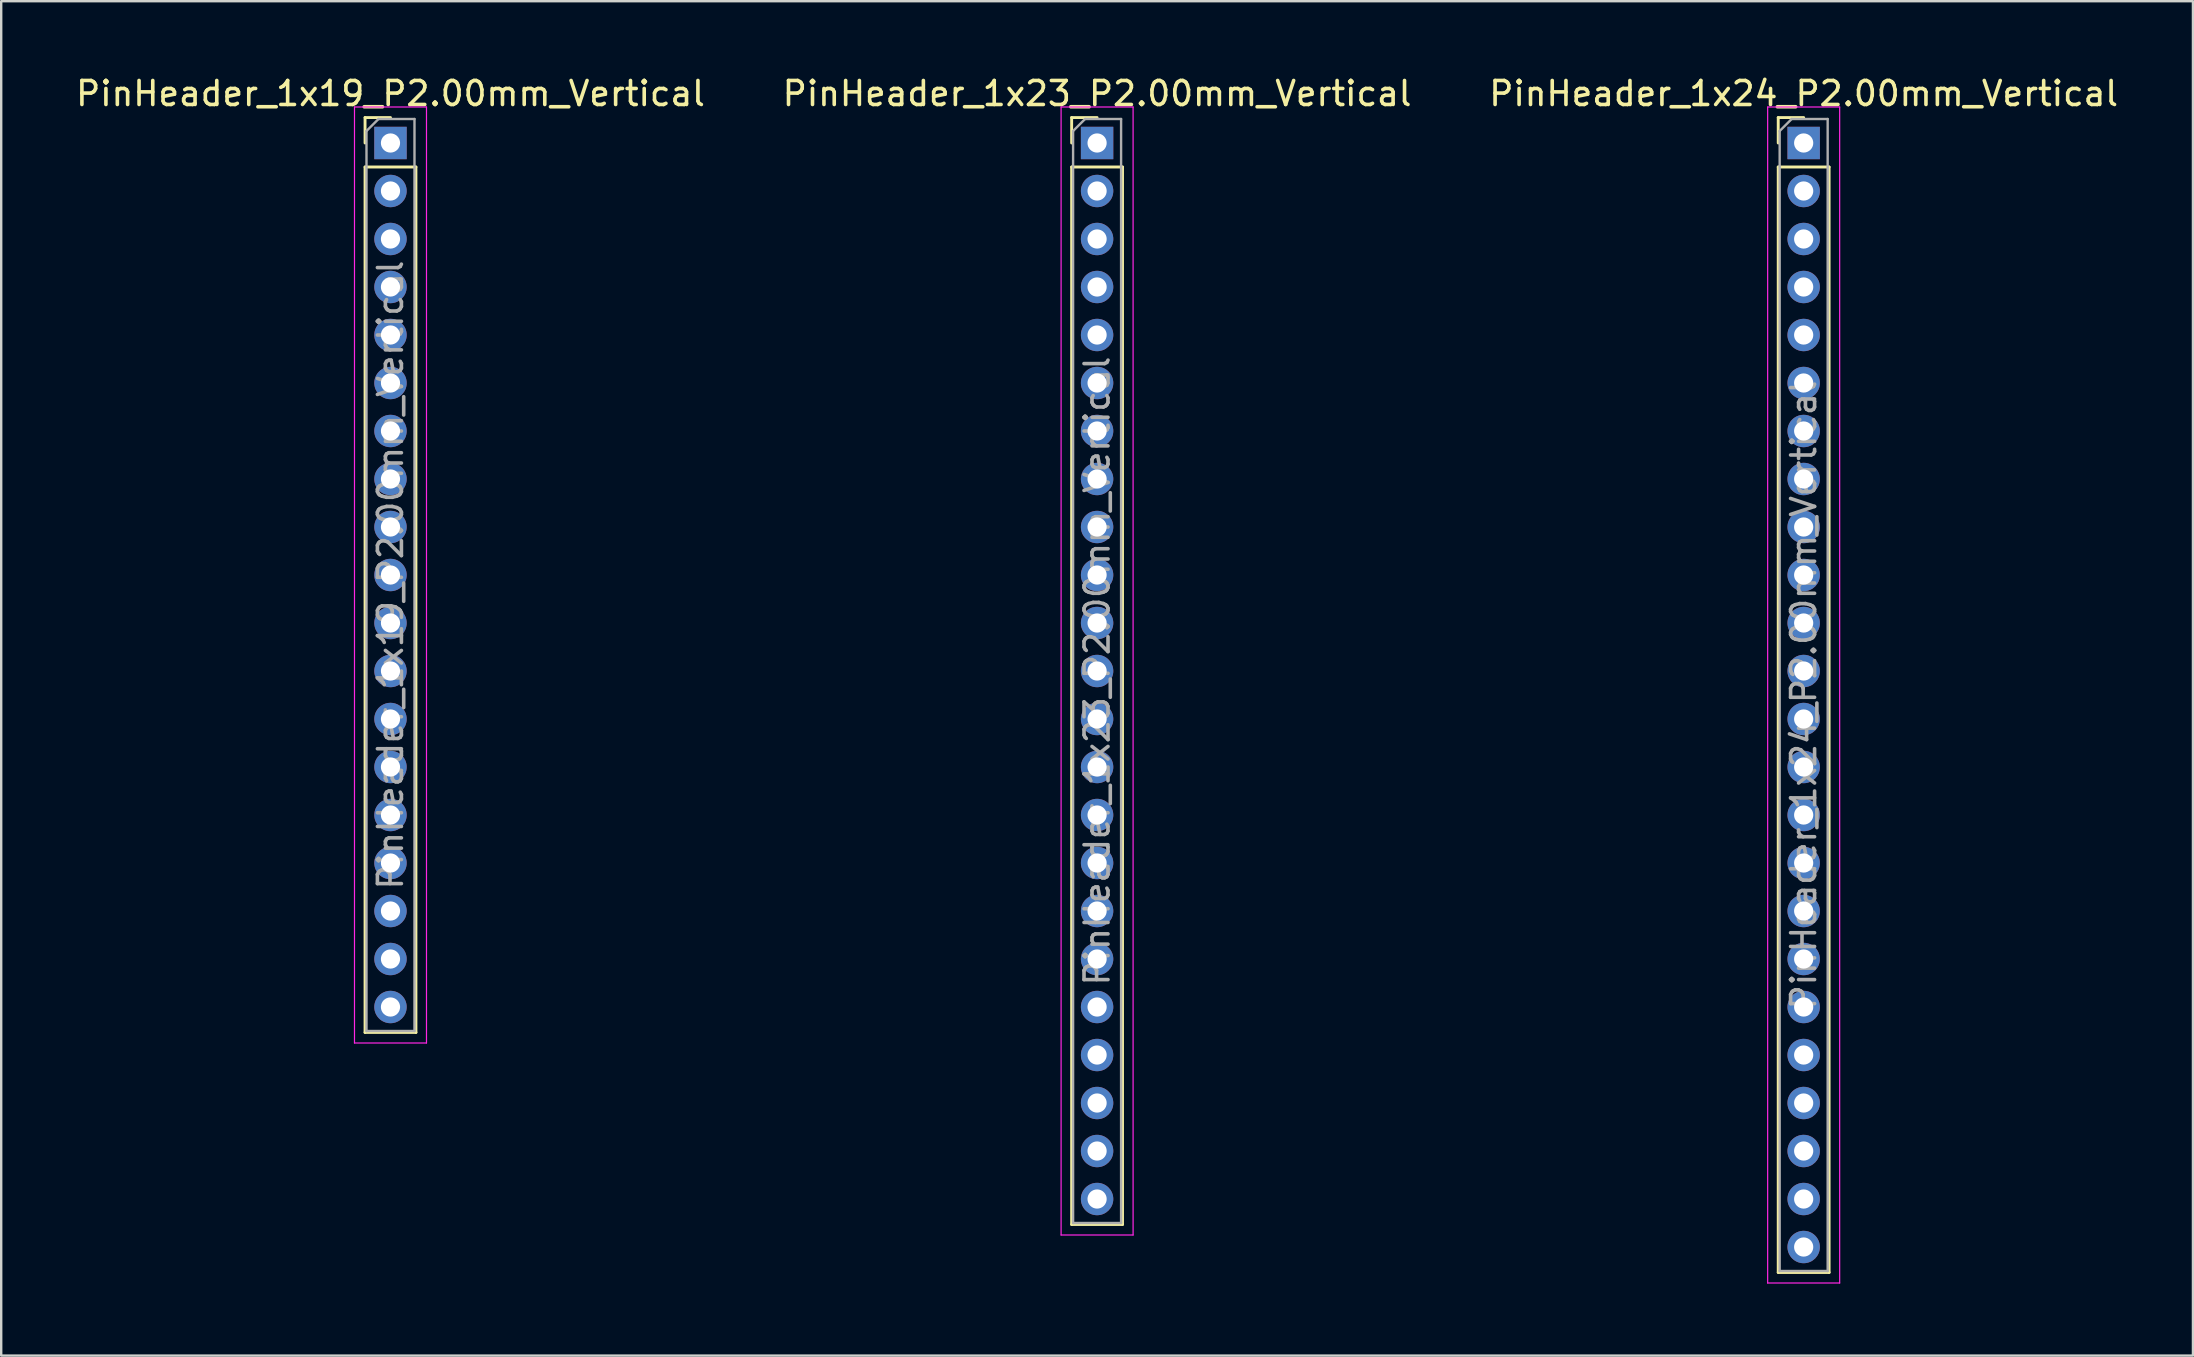
<source format=kicad_pcb>
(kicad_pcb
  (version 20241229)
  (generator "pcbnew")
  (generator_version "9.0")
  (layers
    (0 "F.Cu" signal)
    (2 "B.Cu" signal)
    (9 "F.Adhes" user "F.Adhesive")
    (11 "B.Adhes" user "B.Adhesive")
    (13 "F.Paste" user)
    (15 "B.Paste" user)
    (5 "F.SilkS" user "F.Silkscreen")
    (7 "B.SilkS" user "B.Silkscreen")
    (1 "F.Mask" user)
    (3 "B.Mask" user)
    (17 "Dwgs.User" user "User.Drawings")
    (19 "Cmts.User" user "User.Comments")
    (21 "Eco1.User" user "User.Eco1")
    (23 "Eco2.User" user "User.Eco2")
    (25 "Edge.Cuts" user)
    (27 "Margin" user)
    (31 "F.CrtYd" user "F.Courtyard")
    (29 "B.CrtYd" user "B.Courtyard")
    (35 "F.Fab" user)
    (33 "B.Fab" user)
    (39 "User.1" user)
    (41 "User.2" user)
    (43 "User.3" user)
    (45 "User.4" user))
  (footprint "PinHeader_1x19_P2.00mm_Vertical"
    (layer "F.Cu")
    (at 13.22 2.908)
    (property "Reference" "PinHeader_1x19_P2.00mm_Vertical" (at 0 -2.06 0) (layer "F.SilkS") (effects (font (size 1 1) (thickness 0.15))))
    (attr through_hole)
    (fp_line (start -1.06 -1.06) (end 0 -1.06) (stroke (width 0.12) (type solid)) (layer "F.SilkS"))
    (fp_line (start -1.06 0) (end -1.06 -1.06) (stroke (width 0.12) (type solid)) (layer "F.SilkS"))
    (fp_line (start -1.06 1) (end -1.06 37.06) (stroke (width 0.12) (type solid)) (layer "F.SilkS"))
    (fp_line (start -1.06 1) (end 1.06 1) (stroke (width 0.12) (type solid)) (layer "F.SilkS"))
    (fp_line (start -1.06 37.06) (end 1.06 37.06) (stroke (width 0.12) (type solid)) (layer "F.SilkS"))
    (fp_line (start 1.06 1) (end 1.06 37.06) (stroke (width 0.12) (type solid)) (layer "F.SilkS"))
    (fp_line (start -1.5 -1.5) (end -1.5 37.5) (stroke (width 0.05) (type solid)) (layer "F.CrtYd"))
    (fp_line (start -1.5 37.5) (end 1.5 37.5) (stroke (width 0.05) (type solid)) (layer "F.CrtYd"))
    (fp_line (start 1.5 -1.5) (end -1.5 -1.5) (stroke (width 0.05) (type solid)) (layer "F.CrtYd"))
    (fp_line (start 1.5 37.5) (end 1.5 -1.5) (stroke (width 0.05) (type solid)) (layer "F.CrtYd"))
    (fp_line (start -1 -0.5) (end -0.5 -1) (stroke (width 0.1) (type solid)) (layer "F.Fab"))
    (fp_line (start -1 37) (end -1 -0.5) (stroke (width 0.1) (type solid)) (layer "F.Fab"))
    (fp_line (start -0.5 -1) (end 1 -1) (stroke (width 0.1) (type solid)) (layer "F.Fab"))
    (fp_line (start 1 -1) (end 1 37) (stroke (width 0.1) (type solid)) (layer "F.Fab"))
    (fp_line (start 1 37) (end -1 37) (stroke (width 0.1) (type solid)) (layer "F.Fab"))
    (fp_text user "${REFERENCE}" (at 0 18 90) (layer "F.Fab") (effects (font (size 1 1) (thickness 0.15))))
    (pad "1" thru_hole rect (at 0 0) (size 1.35 1.35) (drill 0.8) (layers "*.Cu" "*.Mask"))
    (pad "2" thru_hole oval (at 0 2) (size 1.35 1.35) (drill 0.8) (layers "*.Cu" "*.Mask"))
    (pad "3" thru_hole oval (at 0 4) (size 1.35 1.35) (drill 0.8) (layers "*.Cu" "*.Mask"))
    (pad "4" thru_hole oval (at 0 6) (size 1.35 1.35) (drill 0.8) (layers "*.Cu" "*.Mask"))
    (pad "5" thru_hole oval (at 0 8) (size 1.35 1.35) (drill 0.8) (layers "*.Cu" "*.Mask"))
    (pad "6" thru_hole oval (at 0 10) (size 1.35 1.35) (drill 0.8) (layers "*.Cu" "*.Mask"))
    (pad "7" thru_hole oval (at 0 12) (size 1.35 1.35) (drill 0.8) (layers "*.Cu" "*.Mask"))
    (pad "8" thru_hole oval (at 0 14) (size 1.35 1.35) (drill 0.8) (layers "*.Cu" "*.Mask"))
    (pad "9" thru_hole oval (at 0 16) (size 1.35 1.35) (drill 0.8) (layers "*.Cu" "*.Mask"))
    (pad "10" thru_hole oval (at 0 18) (size 1.35 1.35) (drill 0.8) (layers "*.Cu" "*.Mask"))
    (pad "11" thru_hole oval (at 0 20) (size 1.35 1.35) (drill 0.8) (layers "*.Cu" "*.Mask"))
    (pad "12" thru_hole oval (at 0 22) (size 1.35 1.35) (drill 0.8) (layers "*.Cu" "*.Mask"))
    (pad "13" thru_hole oval (at 0 24) (size 1.35 1.35) (drill 0.8) (layers "*.Cu" "*.Mask"))
    (pad "14" thru_hole oval (at 0 26) (size 1.35 1.35) (drill 0.8) (layers "*.Cu" "*.Mask"))
    (pad "15" thru_hole oval (at 0 28) (size 1.35 1.35) (drill 0.8) (layers "*.Cu" "*.Mask"))
    (pad "16" thru_hole oval (at 0 30) (size 1.35 1.35) (drill 0.8) (layers "*.Cu" "*.Mask"))
    (pad "17" thru_hole oval (at 0 32) (size 1.35 1.35) (drill 0.8) (layers "*.Cu" "*.Mask"))
    (pad "18" thru_hole oval (at 0 34) (size 1.35 1.35) (drill 0.8) (layers "*.Cu" "*.Mask"))
    (pad "19" thru_hole oval (at 0 36) (size 1.35 1.35) (drill 0.8) (layers "*.Cu" "*.Mask")))
  (footprint "PinHeader_1x24_P2.00mm_Vertical"
    (layer "F.Cu")
    (at 72.101 2.908)
    (property "Reference" "PinHeader_1x24_P2.00mm_Vertical" (at 0 -2.06 0) (layer "F.SilkS") (effects (font (size 1 1) (thickness 0.15))))
    (attr through_hole)
    (fp_line (start -1.06 -1.06) (end 0 -1.06) (stroke (width 0.12) (type solid)) (layer "F.SilkS"))
    (fp_line (start -1.06 0) (end -1.06 -1.06) (stroke (width 0.12) (type solid)) (layer "F.SilkS"))
    (fp_line (start -1.06 1) (end -1.06 47.06) (stroke (width 0.12) (type solid)) (layer "F.SilkS"))
    (fp_line (start -1.06 1) (end 1.06 1) (stroke (width 0.12) (type solid)) (layer "F.SilkS"))
    (fp_line (start -1.06 47.06) (end 1.06 47.06) (stroke (width 0.12) (type solid)) (layer "F.SilkS"))
    (fp_line (start 1.06 1) (end 1.06 47.06) (stroke (width 0.12) (type solid)) (layer "F.SilkS"))
    (fp_line (start -1.5 -1.5) (end -1.5 47.5) (stroke (width 0.05) (type solid)) (layer "F.CrtYd"))
    (fp_line (start -1.5 47.5) (end 1.5 47.5) (stroke (width 0.05) (type solid)) (layer "F.CrtYd"))
    (fp_line (start 1.5 -1.5) (end -1.5 -1.5) (stroke (width 0.05) (type solid)) (layer "F.CrtYd"))
    (fp_line (start 1.5 47.5) (end 1.5 -1.5) (stroke (width 0.05) (type solid)) (layer "F.CrtYd"))
    (fp_line (start -1 -0.5) (end -0.5 -1) (stroke (width 0.1) (type solid)) (layer "F.Fab"))
    (fp_line (start -1 47) (end -1 -0.5) (stroke (width 0.1) (type solid)) (layer "F.Fab"))
    (fp_line (start -0.5 -1) (end 1 -1) (stroke (width 0.1) (type solid)) (layer "F.Fab"))
    (fp_line (start 1 -1) (end 1 47) (stroke (width 0.1) (type solid)) (layer "F.Fab"))
    (fp_line (start 1 47) (end -1 47) (stroke (width 0.1) (type solid)) (layer "F.Fab"))
    (fp_text user "${REFERENCE}" (at 0 23 90) (layer "F.Fab") (effects (font (size 1 1) (thickness 0.15))))
    (pad "1" thru_hole rect (at 0 0) (size 1.35 1.35) (drill 0.8) (layers "*.Cu" "*.Mask"))
    (pad "2" thru_hole oval (at 0 2) (size 1.35 1.35) (drill 0.8) (layers "*.Cu" "*.Mask"))
    (pad "3" thru_hole oval (at 0 4) (size 1.35 1.35) (drill 0.8) (layers "*.Cu" "*.Mask"))
    (pad "4" thru_hole oval (at 0 6) (size 1.35 1.35) (drill 0.8) (layers "*.Cu" "*.Mask"))
    (pad "5" thru_hole oval (at 0 8) (size 1.35 1.35) (drill 0.8) (layers "*.Cu" "*.Mask"))
    (pad "6" thru_hole oval (at 0 10) (size 1.35 1.35) (drill 0.8) (layers "*.Cu" "*.Mask"))
    (pad "7" thru_hole oval (at 0 12) (size 1.35 1.35) (drill 0.8) (layers "*.Cu" "*.Mask"))
    (pad "8" thru_hole oval (at 0 14) (size 1.35 1.35) (drill 0.8) (layers "*.Cu" "*.Mask"))
    (pad "9" thru_hole oval (at 0 16) (size 1.35 1.35) (drill 0.8) (layers "*.Cu" "*.Mask"))
    (pad "10" thru_hole oval (at 0 18) (size 1.35 1.35) (drill 0.8) (layers "*.Cu" "*.Mask"))
    (pad "11" thru_hole oval (at 0 20) (size 1.35 1.35) (drill 0.8) (layers "*.Cu" "*.Mask"))
    (pad "12" thru_hole oval (at 0 22) (size 1.35 1.35) (drill 0.8) (layers "*.Cu" "*.Mask"))
    (pad "13" thru_hole oval (at 0 24) (size 1.35 1.35) (drill 0.8) (layers "*.Cu" "*.Mask"))
    (pad "14" thru_hole oval (at 0 26) (size 1.35 1.35) (drill 0.8) (layers "*.Cu" "*.Mask"))
    (pad "15" thru_hole oval (at 0 28) (size 1.35 1.35) (drill 0.8) (layers "*.Cu" "*.Mask"))
    (pad "16" thru_hole oval (at 0 30) (size 1.35 1.35) (drill 0.8) (layers "*.Cu" "*.Mask"))
    (pad "17" thru_hole oval (at 0 32) (size 1.35 1.35) (drill 0.8) (layers "*.Cu" "*.Mask"))
    (pad "18" thru_hole oval (at 0 34) (size 1.35 1.35) (drill 0.8) (layers "*.Cu" "*.Mask"))
    (pad "19" thru_hole oval (at 0 36) (size 1.35 1.35) (drill 0.8) (layers "*.Cu" "*.Mask"))
    (pad "20" thru_hole oval (at 0 38) (size 1.35 1.35) (drill 0.8) (layers "*.Cu" "*.Mask"))
    (pad "21" thru_hole oval (at 0 40) (size 1.35 1.35) (drill 0.8) (layers "*.Cu" "*.Mask"))
    (pad "22" thru_hole oval (at 0 42) (size 1.35 1.35) (drill 0.8) (layers "*.Cu" "*.Mask"))
    (pad "23" thru_hole oval (at 0 44) (size 1.35 1.35) (drill 0.8) (layers "*.Cu" "*.Mask"))
    (pad "24" thru_hole oval (at 0 46) (size 1.35 1.35) (drill 0.8) (layers "*.Cu" "*.Mask")))
  (footprint "PinHeader_1x23_P2.00mm_Vertical"
    (layer "F.Cu")
    (at 42.661 2.908)
    (property "Reference" "PinHeader_1x23_P2.00mm_Vertical" (at 0 -2.06 0) (layer "F.SilkS") (effects (font (size 1 1) (thickness 0.15))))
    (attr through_hole)
    (fp_line (start -1.06 -1.06) (end 0 -1.06) (stroke (width 0.12) (type solid)) (layer "F.SilkS"))
    (fp_line (start -1.06 0) (end -1.06 -1.06) (stroke (width 0.12) (type solid)) (layer "F.SilkS"))
    (fp_line (start -1.06 1) (end -1.06 45.06) (stroke (width 0.12) (type solid)) (layer "F.SilkS"))
    (fp_line (start -1.06 1) (end 1.06 1) (stroke (width 0.12) (type solid)) (layer "F.SilkS"))
    (fp_line (start -1.06 45.06) (end 1.06 45.06) (stroke (width 0.12) (type solid)) (layer "F.SilkS"))
    (fp_line (start 1.06 1) (end 1.06 45.06) (stroke (width 0.12) (type solid)) (layer "F.SilkS"))
    (fp_line (start -1.5 -1.5) (end -1.5 45.5) (stroke (width 0.05) (type solid)) (layer "F.CrtYd"))
    (fp_line (start -1.5 45.5) (end 1.5 45.5) (stroke (width 0.05) (type solid)) (layer "F.CrtYd"))
    (fp_line (start 1.5 -1.5) (end -1.5 -1.5) (stroke (width 0.05) (type solid)) (layer "F.CrtYd"))
    (fp_line (start 1.5 45.5) (end 1.5 -1.5) (stroke (width 0.05) (type solid)) (layer "F.CrtYd"))
    (fp_line (start -1 -0.5) (end -0.5 -1) (stroke (width 0.1) (type solid)) (layer "F.Fab"))
    (fp_line (start -1 45) (end -1 -0.5) (stroke (width 0.1) (type solid)) (layer "F.Fab"))
    (fp_line (start -0.5 -1) (end 1 -1) (stroke (width 0.1) (type solid)) (layer "F.Fab"))
    (fp_line (start 1 -1) (end 1 45) (stroke (width 0.1) (type solid)) (layer "F.Fab"))
    (fp_line (start 1 45) (end -1 45) (stroke (width 0.1) (type solid)) (layer "F.Fab"))
    (fp_text user "${REFERENCE}" (at 0 22 90) (layer "F.Fab") (effects (font (size 1 1) (thickness 0.15))))
    (pad "1" thru_hole rect (at 0 0) (size 1.35 1.35) (drill 0.8) (layers "*.Cu" "*.Mask"))
    (pad "2" thru_hole oval (at 0 2) (size 1.35 1.35) (drill 0.8) (layers "*.Cu" "*.Mask"))
    (pad "3" thru_hole oval (at 0 4) (size 1.35 1.35) (drill 0.8) (layers "*.Cu" "*.Mask"))
    (pad "4" thru_hole oval (at 0 6) (size 1.35 1.35) (drill 0.8) (layers "*.Cu" "*.Mask"))
    (pad "5" thru_hole oval (at 0 8) (size 1.35 1.35) (drill 0.8) (layers "*.Cu" "*.Mask"))
    (pad "6" thru_hole oval (at 0 10) (size 1.35 1.35) (drill 0.8) (layers "*.Cu" "*.Mask"))
    (pad "7" thru_hole oval (at 0 12) (size 1.35 1.35) (drill 0.8) (layers "*.Cu" "*.Mask"))
    (pad "8" thru_hole oval (at 0 14) (size 1.35 1.35) (drill 0.8) (layers "*.Cu" "*.Mask"))
    (pad "9" thru_hole oval (at 0 16) (size 1.35 1.35) (drill 0.8) (layers "*.Cu" "*.Mask"))
    (pad "10" thru_hole oval (at 0 18) (size 1.35 1.35) (drill 0.8) (layers "*.Cu" "*.Mask"))
    (pad "11" thru_hole oval (at 0 20) (size 1.35 1.35) (drill 0.8) (layers "*.Cu" "*.Mask"))
    (pad "12" thru_hole oval (at 0 22) (size 1.35 1.35) (drill 0.8) (layers "*.Cu" "*.Mask"))
    (pad "13" thru_hole oval (at 0 24) (size 1.35 1.35) (drill 0.8) (layers "*.Cu" "*.Mask"))
    (pad "14" thru_hole oval (at 0 26) (size 1.35 1.35) (drill 0.8) (layers "*.Cu" "*.Mask"))
    (pad "15" thru_hole oval (at 0 28) (size 1.35 1.35) (drill 0.8) (layers "*.Cu" "*.Mask"))
    (pad "16" thru_hole oval (at 0 30) (size 1.35 1.35) (drill 0.8) (layers "*.Cu" "*.Mask"))
    (pad "17" thru_hole oval (at 0 32) (size 1.35 1.35) (drill 0.8) (layers "*.Cu" "*.Mask"))
    (pad "18" thru_hole oval (at 0 34) (size 1.35 1.35) (drill 0.8) (layers "*.Cu" "*.Mask"))
    (pad "19" thru_hole oval (at 0 36) (size 1.35 1.35) (drill 0.8) (layers "*.Cu" "*.Mask"))
    (pad "20" thru_hole oval (at 0 38) (size 1.35 1.35) (drill 0.8) (layers "*.Cu" "*.Mask"))
    (pad "21" thru_hole oval (at 0 40) (size 1.35 1.35) (drill 0.8) (layers "*.Cu" "*.Mask"))
    (pad "22" thru_hole oval (at 0 42) (size 1.35 1.35) (drill 0.8) (layers "*.Cu" "*.Mask"))
    (pad "23" thru_hole oval (at 0 44) (size 1.35 1.35) (drill 0.8) (layers "*.Cu" "*.Mask")))
  (gr_rect
    (start -3 -3)
    (end 88.321 53.433)
    (stroke (width 0.1) (type default))
    (fill no)
    (layer "Edge.Cuts")))
</source>
